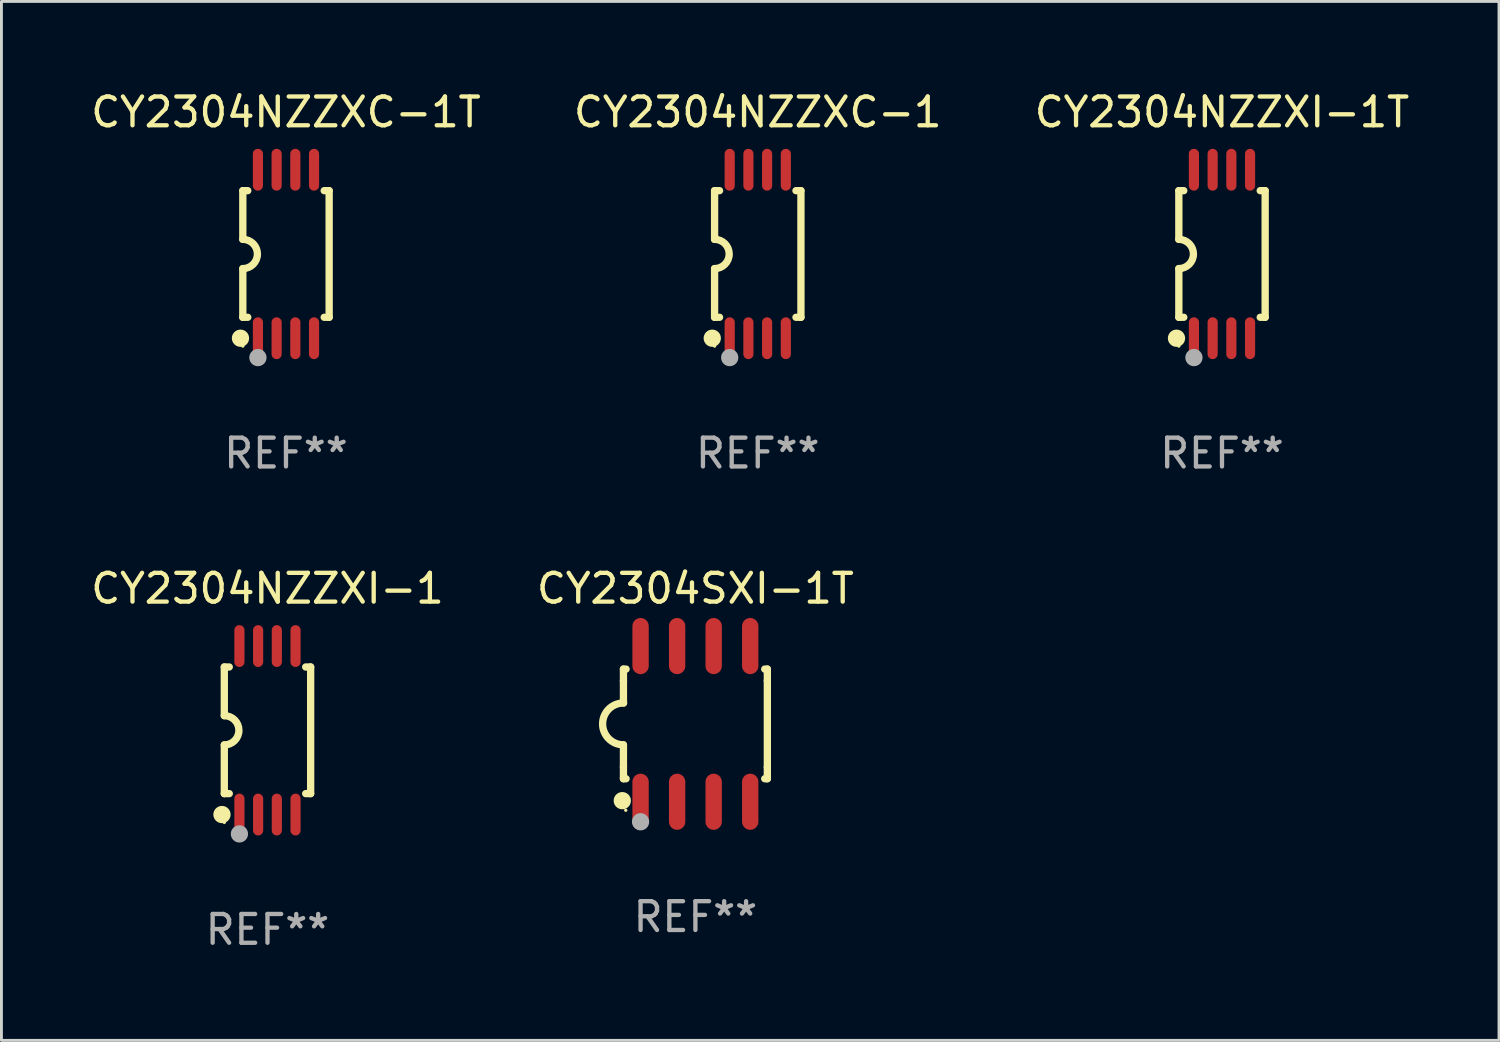
<source format=kicad_pcb>
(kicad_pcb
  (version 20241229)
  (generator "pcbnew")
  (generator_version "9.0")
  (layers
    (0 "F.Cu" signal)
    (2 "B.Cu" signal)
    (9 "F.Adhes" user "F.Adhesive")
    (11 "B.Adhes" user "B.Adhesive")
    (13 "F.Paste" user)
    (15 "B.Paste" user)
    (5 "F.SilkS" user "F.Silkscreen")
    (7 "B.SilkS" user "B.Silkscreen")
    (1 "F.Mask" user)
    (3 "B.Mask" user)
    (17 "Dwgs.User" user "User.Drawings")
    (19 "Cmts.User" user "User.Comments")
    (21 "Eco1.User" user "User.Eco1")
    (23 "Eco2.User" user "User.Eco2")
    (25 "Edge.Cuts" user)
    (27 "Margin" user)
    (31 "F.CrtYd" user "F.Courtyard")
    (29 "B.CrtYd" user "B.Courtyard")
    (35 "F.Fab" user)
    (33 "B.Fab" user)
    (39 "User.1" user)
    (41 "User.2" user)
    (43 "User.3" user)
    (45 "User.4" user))
  (footprint "CY2304SXI-1T"
    (layer "F.Cu")
    (at 21.113 22.104)
    (property "Reference" "CY2304SXI-1T" (at 0 -4.705 0) (layer "F.SilkS") (effects (font (size 1 1) (thickness 0.15))))
    (attr through_hole)
    (fp_line (start -2.5 -1.905) (end -2.409 -1.905) (stroke (width 0.254) (type solid)) (layer "F.SilkS"))
    (fp_line (start -2.5 -1.5) (end -2.5 -1.905) (stroke (width 0.254) (type solid)) (layer "F.SilkS"))
    (fp_line (start -2.5 -1.5) (end -2.5 -0.726) (stroke (width 0.254) (type solid)) (layer "F.SilkS"))
    (fp_line (start -2.5 1.5) (end -2.5 0.727) (stroke (width 0.254) (type solid)) (layer "F.SilkS"))
    (fp_line (start -2.5 1.5) (end -2.5 1.905) (stroke (width 0.254) (type solid)) (layer "F.SilkS"))
    (fp_line (start -2.5 1.905) (end -2.409 1.905) (stroke (width 0.254) (type solid)) (layer "F.SilkS"))
    (fp_line (start 2.5 -1.905) (end 2.409 -1.905) (stroke (width 0.254) (type solid)) (layer "F.SilkS"))
    (fp_line (start 2.5 -1.5) (end 2.5 -1.905) (stroke (width 0.254) (type solid)) (layer "F.SilkS"))
    (fp_line (start 2.5 -1.5) (end 2.5 1.5) (stroke (width 0.254) (type solid)) (layer "F.SilkS"))
    (fp_line (start 2.5 1.5) (end 2.5 1.905) (stroke (width 0.254) (type solid)) (layer "F.SilkS"))
    (fp_line (start 2.5 1.905) (end 2.409 1.905) (stroke (width 0.254) (type solid)) (layer "F.SilkS"))
    (fp_arc (start -2.5 0.726568) (mid -3.220316 -0.0023) (end -2.495097 -0.726289) (stroke (width 0.254001) (type solid)) (layer "F.SilkS"))
    (fp_circle (center -2.54 2.667) (end -2.39 2.667) (stroke (width 0.3) (type solid)) (fill no) (layer "F.SilkS"))
    (fp_circle (center -2.42 3) (end -2.39 3) (stroke (width 0.06) (type solid)) (fill no) (layer "F.SilkS"))
    (fp_circle (center -1.905 3.4) (end -1.755 3.4) (stroke (width 0.3) (type solid)) (fill no) (layer "F.Fab"))
    (fp_text user "REF**" (at 0 6.705 0) (layer "F.Fab") (effects (font (size 1 1) (thickness 0.15))))
    (pad "1" smd oval (at -1.905 2.705) (size 0.568 1.95) (layers "F.Cu" "F.Mask" "F.Paste"))
    (pad "2" smd oval (at -0.635 2.705) (size 0.568 1.95) (layers "F.Cu" "F.Mask" "F.Paste"))
    (pad "3" smd oval (at 0.635 2.705) (size 0.568 1.95) (layers "F.Cu" "F.Mask" "F.Paste"))
    (pad "4" smd oval (at 1.905 2.705) (size 0.568 1.95) (layers "F.Cu" "F.Mask" "F.Paste"))
    (pad "5" smd oval (at 1.905 -2.705) (size 0.568 1.95) (layers "F.Cu" "F.Mask" "F.Paste"))
    (pad "6" smd oval (at 0.635 -2.705) (size 0.568 1.95) (layers "F.Cu" "F.Mask" "F.Paste"))
    (pad "7" smd oval (at -0.635 -2.705) (size 0.568 1.95) (layers "F.Cu" "F.Mask" "F.Paste"))
    (pad "8" smd oval (at -1.905 -2.705) (size 0.568 1.95) (layers "F.Cu" "F.Mask" "F.Paste")))
  (footprint "CY2304NZZXI-1T"
    (layer "F.Cu")
    (at 39.411 5.775)
    (property "Reference" "CY2304NZZXI-1T" (at 0 -4.927 0) (layer "F.SilkS") (effects (font (size 1 1) (thickness 0.15))))
    (attr through_hole)
    (fp_line (start -1.5 -2.2) (end -1.5 -0.508) (stroke (width 0.254) (type solid)) (layer "F.SilkS"))
    (fp_line (start -1.5 -2.2) (end -1.328 -2.2) (stroke (width 0.254) (type solid)) (layer "F.SilkS"))
    (fp_line (start -1.5 2.2) (end -1.5 0.508) (stroke (width 0.254) (type solid)) (layer "F.SilkS"))
    (fp_line (start -1.5 2.2) (end -1.328 2.2) (stroke (width 0.254) (type solid)) (layer "F.SilkS"))
    (fp_line (start 1.328 -2.2) (end 1.5 -2.2) (stroke (width 0.254) (type solid)) (layer "F.SilkS"))
    (fp_line (start 1.328 2.2) (end 1.5 2.2) (stroke (width 0.254) (type solid)) (layer "F.SilkS"))
    (fp_line (start 1.5 -2.2) (end 1.5 2.2) (stroke (width 0.254) (type solid)) (layer "F.SilkS"))
    (fp_arc (start -1.501144 -0.508) (mid -0.993143 -0.000571) (end -1.5 0.508001) (stroke (width 0.254001) (type solid)) (layer "F.SilkS"))
    (fp_circle (center -1.581 2.927) (end -1.431 2.927) (stroke (width 0.3) (type solid)) (fill no) (layer "F.SilkS"))
    (fp_circle (center -1.5 3.2) (end -1.47 3.2) (stroke (width 0.06) (type solid)) (fill no) (layer "F.SilkS"))
    (fp_circle (center -0.975 3.6) (end -0.825 3.6) (stroke (width 0.3) (type solid)) (fill no) (layer "F.Fab"))
    (fp_text user "REF**" (at 0 6.927 0) (layer "F.Fab") (effects (font (size 1 1) (thickness 0.15))))
    (pad "1" smd oval (at -0.975 2.927) (size 0.353 1.454) (layers "F.Cu" "F.Mask" "F.Paste"))
    (pad "2" smd oval (at -0.325 2.927) (size 0.353 1.454) (layers "F.Cu" "F.Mask" "F.Paste"))
    (pad "3" smd oval (at 0.325 2.927) (size 0.353 1.454) (layers "F.Cu" "F.Mask" "F.Paste"))
    (pad "4" smd oval (at 0.975 2.927) (size 0.353 1.454) (layers "F.Cu" "F.Mask" "F.Paste"))
    (pad "5" smd oval (at 0.975 -2.927) (size 0.353 1.454) (layers "F.Cu" "F.Mask" "F.Paste"))
    (pad "6" smd oval (at 0.325 -2.927) (size 0.353 1.454) (layers "F.Cu" "F.Mask" "F.Paste"))
    (pad "7" smd oval (at -0.325 -2.927) (size 0.353 1.454) (layers "F.Cu" "F.Mask" "F.Paste"))
    (pad "8" smd oval (at -0.975 -2.927) (size 0.353 1.454) (layers "F.Cu" "F.Mask" "F.Paste")))
  (footprint "CY2304NZZXC-1"
    (layer "F.Cu")
    (at 23.28 5.775)
    (property "Reference" "CY2304NZZXC-1" (at 0 -4.927 0) (layer "F.SilkS") (effects (font (size 1 1) (thickness 0.15))))
    (attr through_hole)
    (fp_line (start -1.5 -2.2) (end -1.5 -0.508) (stroke (width 0.254) (type solid)) (layer "F.SilkS"))
    (fp_line (start -1.5 -2.2) (end -1.328 -2.2) (stroke (width 0.254) (type solid)) (layer "F.SilkS"))
    (fp_line (start -1.5 2.2) (end -1.5 0.508) (stroke (width 0.254) (type solid)) (layer "F.SilkS"))
    (fp_line (start -1.5 2.2) (end -1.328 2.2) (stroke (width 0.254) (type solid)) (layer "F.SilkS"))
    (fp_line (start 1.328 -2.2) (end 1.5 -2.2) (stroke (width 0.254) (type solid)) (layer "F.SilkS"))
    (fp_line (start 1.328 2.2) (end 1.5 2.2) (stroke (width 0.254) (type solid)) (layer "F.SilkS"))
    (fp_line (start 1.5 -2.2) (end 1.5 2.2) (stroke (width 0.254) (type solid)) (layer "F.SilkS"))
    (fp_arc (start -1.501144 -0.508) (mid -0.993143 -0.000571) (end -1.5 0.508001) (stroke (width 0.254001) (type solid)) (layer "F.SilkS"))
    (fp_circle (center -1.581 2.927) (end -1.431 2.927) (stroke (width 0.3) (type solid)) (fill no) (layer "F.SilkS"))
    (fp_circle (center -1.5 3.2) (end -1.47 3.2) (stroke (width 0.06) (type solid)) (fill no) (layer "F.SilkS"))
    (fp_circle (center -0.975 3.6) (end -0.825 3.6) (stroke (width 0.3) (type solid)) (fill no) (layer "F.Fab"))
    (fp_text user "REF**" (at 0 6.927 0) (layer "F.Fab") (effects (font (size 1 1) (thickness 0.15))))
    (pad "1" smd oval (at -0.975 2.927) (size 0.353 1.454) (layers "F.Cu" "F.Mask" "F.Paste"))
    (pad "2" smd oval (at -0.325 2.927) (size 0.353 1.454) (layers "F.Cu" "F.Mask" "F.Paste"))
    (pad "3" smd oval (at 0.325 2.927) (size 0.353 1.454) (layers "F.Cu" "F.Mask" "F.Paste"))
    (pad "4" smd oval (at 0.975 2.927) (size 0.353 1.454) (layers "F.Cu" "F.Mask" "F.Paste"))
    (pad "5" smd oval (at 0.975 -2.927) (size 0.353 1.454) (layers "F.Cu" "F.Mask" "F.Paste"))
    (pad "6" smd oval (at 0.325 -2.927) (size 0.353 1.454) (layers "F.Cu" "F.Mask" "F.Paste"))
    (pad "7" smd oval (at -0.325 -2.927) (size 0.353 1.454) (layers "F.Cu" "F.Mask" "F.Paste"))
    (pad "8" smd oval (at -0.975 -2.927) (size 0.353 1.454) (layers "F.Cu" "F.Mask" "F.Paste")))
  (footprint "CY2304NZZXI-1"
    (layer "F.Cu")
    (at 6.244 22.326)
    (property "Reference" "CY2304NZZXI-1" (at 0 -4.927 0) (layer "F.SilkS") (effects (font (size 1 1) (thickness 0.15))))
    (attr through_hole)
    (fp_line (start -1.5 -2.2) (end -1.5 -0.508) (stroke (width 0.254) (type solid)) (layer "F.SilkS"))
    (fp_line (start -1.5 -2.2) (end -1.328 -2.2) (stroke (width 0.254) (type solid)) (layer "F.SilkS"))
    (fp_line (start -1.5 2.2) (end -1.5 0.508) (stroke (width 0.254) (type solid)) (layer "F.SilkS"))
    (fp_line (start -1.5 2.2) (end -1.328 2.2) (stroke (width 0.254) (type solid)) (layer "F.SilkS"))
    (fp_line (start 1.328 -2.2) (end 1.5 -2.2) (stroke (width 0.254) (type solid)) (layer "F.SilkS"))
    (fp_line (start 1.328 2.2) (end 1.5 2.2) (stroke (width 0.254) (type solid)) (layer "F.SilkS"))
    (fp_line (start 1.5 -2.2) (end 1.5 2.2) (stroke (width 0.254) (type solid)) (layer "F.SilkS"))
    (fp_arc (start -1.501144 -0.508) (mid -0.993143 -0.000571) (end -1.5 0.508001) (stroke (width 0.254001) (type solid)) (layer "F.SilkS"))
    (fp_circle (center -1.581 2.927) (end -1.431 2.927) (stroke (width 0.3) (type solid)) (fill no) (layer "F.SilkS"))
    (fp_circle (center -1.5 3.2) (end -1.47 3.2) (stroke (width 0.06) (type solid)) (fill no) (layer "F.SilkS"))
    (fp_circle (center -0.975 3.6) (end -0.825 3.6) (stroke (width 0.3) (type solid)) (fill no) (layer "F.Fab"))
    (fp_text user "REF**" (at 0 6.927 0) (layer "F.Fab") (effects (font (size 1 1) (thickness 0.15))))
    (pad "1" smd oval (at -0.975 2.927) (size 0.353 1.454) (layers "F.Cu" "F.Mask" "F.Paste"))
    (pad "2" smd oval (at -0.325 2.927) (size 0.353 1.454) (layers "F.Cu" "F.Mask" "F.Paste"))
    (pad "3" smd oval (at 0.325 2.927) (size 0.353 1.454) (layers "F.Cu" "F.Mask" "F.Paste"))
    (pad "4" smd oval (at 0.975 2.927) (size 0.353 1.454) (layers "F.Cu" "F.Mask" "F.Paste"))
    (pad "5" smd oval (at 0.975 -2.927) (size 0.353 1.454) (layers "F.Cu" "F.Mask" "F.Paste"))
    (pad "6" smd oval (at 0.325 -2.927) (size 0.353 1.454) (layers "F.Cu" "F.Mask" "F.Paste"))
    (pad "7" smd oval (at -0.325 -2.927) (size 0.353 1.454) (layers "F.Cu" "F.Mask" "F.Paste"))
    (pad "8" smd oval (at -0.975 -2.927) (size 0.353 1.454) (layers "F.Cu" "F.Mask" "F.Paste")))
  (footprint "CY2304NZZXC-1T"
    (layer "F.Cu")
    (at 6.887 5.775)
    (property "Reference" "CY2304NZZXC-1T" (at 0 -4.927 0) (layer "F.SilkS") (effects (font (size 1 1) (thickness 0.15))))
    (attr through_hole)
    (fp_line (start -1.5 -2.2) (end -1.5 -0.508) (stroke (width 0.254) (type solid)) (layer "F.SilkS"))
    (fp_line (start -1.5 -2.2) (end -1.328 -2.2) (stroke (width 0.254) (type solid)) (layer "F.SilkS"))
    (fp_line (start -1.5 2.2) (end -1.5 0.508) (stroke (width 0.254) (type solid)) (layer "F.SilkS"))
    (fp_line (start -1.5 2.2) (end -1.328 2.2) (stroke (width 0.254) (type solid)) (layer "F.SilkS"))
    (fp_line (start 1.328 -2.2) (end 1.5 -2.2) (stroke (width 0.254) (type solid)) (layer "F.SilkS"))
    (fp_line (start 1.328 2.2) (end 1.5 2.2) (stroke (width 0.254) (type solid)) (layer "F.SilkS"))
    (fp_line (start 1.5 -2.2) (end 1.5 2.2) (stroke (width 0.254) (type solid)) (layer "F.SilkS"))
    (fp_arc (start -1.501144 -0.508) (mid -0.993143 -0.000571) (end -1.5 0.508001) (stroke (width 0.254001) (type solid)) (layer "F.SilkS"))
    (fp_circle (center -1.581 2.927) (end -1.431 2.927) (stroke (width 0.3) (type solid)) (fill no) (layer "F.SilkS"))
    (fp_circle (center -1.5 3.2) (end -1.47 3.2) (stroke (width 0.06) (type solid)) (fill no) (layer "F.SilkS"))
    (fp_circle (center -0.975 3.6) (end -0.825 3.6) (stroke (width 0.3) (type solid)) (fill no) (layer "F.Fab"))
    (fp_text user "REF**" (at 0 6.927 0) (layer "F.Fab") (effects (font (size 1 1) (thickness 0.15))))
    (pad "1" smd oval (at -0.975 2.927) (size 0.353 1.454) (layers "F.Cu" "F.Mask" "F.Paste"))
    (pad "2" smd oval (at -0.325 2.927) (size 0.353 1.454) (layers "F.Cu" "F.Mask" "F.Paste"))
    (pad "3" smd oval (at 0.325 2.927) (size 0.353 1.454) (layers "F.Cu" "F.Mask" "F.Paste"))
    (pad "4" smd oval (at 0.975 2.927) (size 0.353 1.454) (layers "F.Cu" "F.Mask" "F.Paste"))
    (pad "5" smd oval (at 0.975 -2.927) (size 0.353 1.454) (layers "F.Cu" "F.Mask" "F.Paste"))
    (pad "6" smd oval (at 0.325 -2.927) (size 0.353 1.454) (layers "F.Cu" "F.Mask" "F.Paste"))
    (pad "7" smd oval (at -0.325 -2.927) (size 0.353 1.454) (layers "F.Cu" "F.Mask" "F.Paste"))
    (pad "8" smd oval (at -0.975 -2.927) (size 0.353 1.454) (layers "F.Cu" "F.Mask" "F.Paste")))
  (gr_rect
    (start -3 -3)
    (end 49.036 33.101)
    (stroke (width 0.1) (type default))
    (fill no)
    (layer "Edge.Cuts")))
</source>
